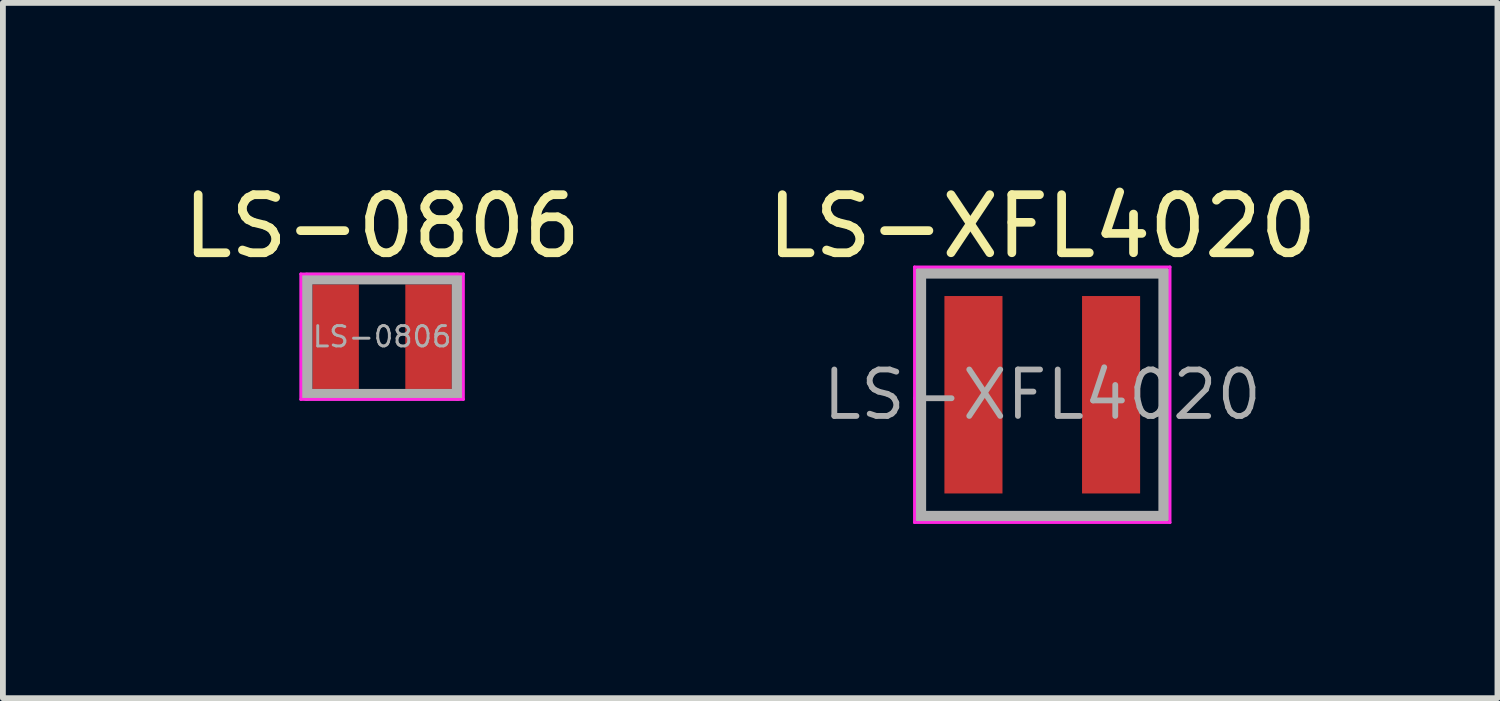
<source format=kicad_pcb>
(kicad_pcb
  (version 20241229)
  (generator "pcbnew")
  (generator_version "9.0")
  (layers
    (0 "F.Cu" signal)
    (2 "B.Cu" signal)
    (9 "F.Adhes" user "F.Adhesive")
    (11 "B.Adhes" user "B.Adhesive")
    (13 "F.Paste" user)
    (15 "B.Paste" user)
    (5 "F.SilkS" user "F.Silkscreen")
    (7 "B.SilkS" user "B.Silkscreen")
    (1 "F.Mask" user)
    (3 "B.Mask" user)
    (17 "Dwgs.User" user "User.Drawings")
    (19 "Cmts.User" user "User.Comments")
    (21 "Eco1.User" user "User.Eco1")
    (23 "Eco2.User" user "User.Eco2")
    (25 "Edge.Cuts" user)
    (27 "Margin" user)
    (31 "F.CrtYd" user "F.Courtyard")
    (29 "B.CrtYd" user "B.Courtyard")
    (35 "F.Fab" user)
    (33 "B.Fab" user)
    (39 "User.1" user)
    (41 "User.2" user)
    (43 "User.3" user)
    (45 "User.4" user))
  (footprint "LS-XFL4020"
    (layer "F.Cu")
    (at 14.899 3.748)
    (property "Reference" "LS-XFL4020" (at 0 -2.9 0) (layer "F.SilkS") (effects (font (size 1 1) (thickness 0.15))))
    (attr smd)
    (fp_line (start -2.2 -2.2) (end 2.2 -2.2) (stroke (width 0.05) (type solid)) (layer "F.CrtYd"))
    (fp_line (start -2.2 2.2) (end -2.2 -2.2) (stroke (width 0.05) (type solid)) (layer "F.CrtYd"))
    (fp_line (start 2.2 -2.2) (end 2.2 2.2) (stroke (width 0.05) (type solid)) (layer "F.CrtYd"))
    (fp_line (start 2.2 2.2) (end -2.2 2.2) (stroke (width 0.05) (type solid)) (layer "F.CrtYd"))
    (fp_line (start -2.1 -2.1) (end 2.1 -2.1) (stroke (width 0.2) (type solid)) (layer "F.Fab"))
    (fp_line (start -2.1 2.1) (end -2.1 -2.1) (stroke (width 0.2) (type solid)) (layer "F.Fab"))
    (fp_line (start 2.1 -2.1) (end 2.1 2.1) (stroke (width 0.2) (type solid)) (layer "F.Fab"))
    (fp_line (start 2.1 2.1) (end -2.1 2.1) (stroke (width 0.2) (type solid)) (layer "F.Fab"))
    (fp_text user "${REFERENCE}" (at 0 0 0) (layer "F.Fab") (effects (font (size 0.8 0.8) (thickness 0.1))))
    (pad "1" smd rect (at -1.185 0) (size 1 3.4) (layers "F.Cu" "F.Mask" "F.Paste"))
    (pad "2" smd rect (at 1.185 0) (size 1 3.4) (layers "F.Cu" "F.Mask" "F.Paste")))
  (footprint "LS-0806"
    (layer "F.Cu")
    (at 3.53 2.748)
    (property "Reference" "LS-0806" (at 0 -1.9 0) (layer "F.SilkS") (effects (font (size 1 1) (thickness 0.15))))
    (attr smd)
    (fp_line (start -1.4 -1.08) (end 1.4 -1.08) (stroke (width 0.05) (type solid)) (layer "F.CrtYd"))
    (fp_line (start -1.4 1.08) (end -1.4 -1.08) (stroke (width 0.05) (type solid)) (layer "F.CrtYd"))
    (fp_line (start 1.4 -1.08) (end 1.4 1.08) (stroke (width 0.05) (type solid)) (layer "F.CrtYd"))
    (fp_line (start 1.4 1.08) (end -1.4 1.08) (stroke (width 0.05) (type solid)) (layer "F.CrtYd"))
    (fp_line (start -1.3 -1) (end 1.3 -1) (stroke (width 0.2) (type solid)) (layer "F.Fab"))
    (fp_line (start -1.3 1) (end -1.3 -1) (stroke (width 0.2) (type solid)) (layer "F.Fab"))
    (fp_line (start 1.3 -1) (end 1.3 1) (stroke (width 0.2) (type solid)) (layer "F.Fab"))
    (fp_line (start 1.3 1) (end -1.3 1) (stroke (width 0.2) (type solid)) (layer "F.Fab"))
    (fp_text user "${REFERENCE}" (at 0 0 0) (layer "F.Fab") (effects (font (size 0.35 0.35) (thickness 0.05))))
    (pad "1" smd rect (at -0.8 0) (size 0.8 1.8) (layers "F.Cu" "F.Mask" "F.Paste"))
    (pad "2" smd rect (at 0.8 0) (size 0.8 1.8) (layers "F.Cu" "F.Mask" "F.Paste")))
  (gr_rect
    (start -3 -3)
    (end 22.738 8.973)
    (stroke (width 0.1) (type default))
    (fill no)
    (layer "Edge.Cuts")))
</source>
